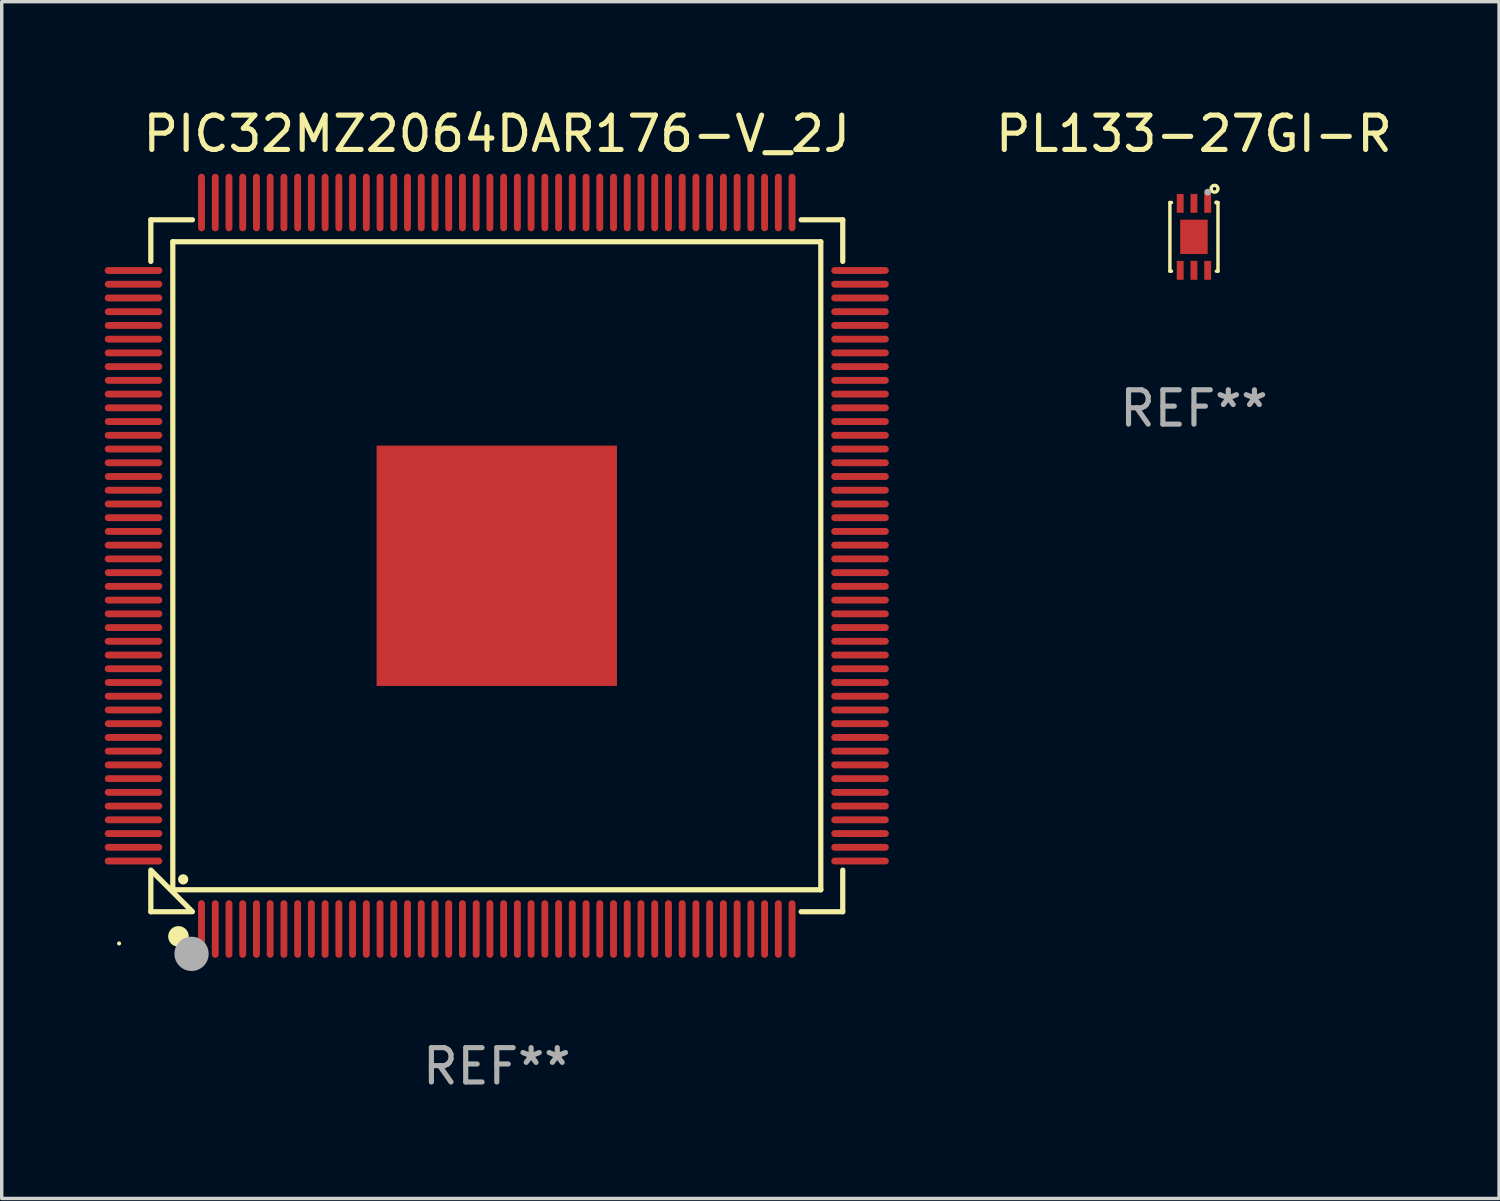
<source format=kicad_pcb>
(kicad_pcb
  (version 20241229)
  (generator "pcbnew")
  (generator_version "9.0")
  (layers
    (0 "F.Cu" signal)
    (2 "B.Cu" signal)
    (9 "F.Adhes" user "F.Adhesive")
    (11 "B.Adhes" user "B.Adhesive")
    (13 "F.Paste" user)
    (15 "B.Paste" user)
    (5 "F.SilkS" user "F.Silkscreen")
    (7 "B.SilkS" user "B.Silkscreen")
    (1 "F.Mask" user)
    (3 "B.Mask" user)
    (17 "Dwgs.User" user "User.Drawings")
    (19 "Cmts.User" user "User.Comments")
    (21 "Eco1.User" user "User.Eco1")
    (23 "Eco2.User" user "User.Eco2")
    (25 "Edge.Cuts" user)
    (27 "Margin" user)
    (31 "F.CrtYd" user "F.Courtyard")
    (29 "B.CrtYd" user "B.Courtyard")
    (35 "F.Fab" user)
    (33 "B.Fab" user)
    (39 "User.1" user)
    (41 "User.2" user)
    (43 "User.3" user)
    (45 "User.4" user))
  (footprint "PL133-27GI-R"
    (layer "F.Cu")
    (at 31.724 3.848)
    (property "Reference" "PL133-27GI-R" (at 0 -3 0) (layer "F.SilkS") (effects (font (size 1 1) (thickness 0.15))))
    (attr through_hole)
    (fp_line (start -0.7 -1) (end -0.7 1) (stroke (width 0.1) (type solid)) (layer "F.SilkS"))
    (fp_line (start -0.7 1) (end -0.654 1) (stroke (width 0.1) (type solid)) (layer "F.SilkS"))
    (fp_line (start -0.654 -1) (end -0.7 -1) (stroke (width 0.1) (type solid)) (layer "F.SilkS"))
    (fp_line (start 0.654 1) (end 0.7 1) (stroke (width 0.1) (type solid)) (layer "F.SilkS"))
    (fp_line (start 0.7 -1) (end 0.654 -1) (stroke (width 0.1) (type solid)) (layer "F.SilkS"))
    (fp_line (start 0.7 1) (end 0.7 -1) (stroke (width 0.1) (type solid)) (layer "F.SilkS"))
    (fp_circle (center 0.6 -1.4) (end 0.7 -1.4) (stroke (width 0.1) (type solid)) (fill no) (layer "F.SilkS"))
    (fp_circle (center 0.65 -1) (end 0.68 -1) (stroke (width 0.06) (type solid)) (fill no) (layer "F.SilkS"))
    (fp_circle (center 0.4 -1.3) (end 0.45 -1.3) (stroke (width 0.1) (type solid)) (fill no) (layer "F.Fab"))
    (fp_text user "REF**" (at 0 5 0) (layer "F.Fab") (effects (font (size 1 1) (thickness 0.15))))
    (pad "1" smd rect (at 0.4 -0.975) (size 0.2 0.55) (layers "F.Cu" "F.Mask" "F.Paste"))
    (pad "2" smd rect (at -0.000025 -0.975) (size 0.2 0.55) (layers "F.Cu" "F.Mask" "F.Paste"))
    (pad "3" smd rect (at -0.4 -0.975) (size 0.2 0.55) (layers "F.Cu" "F.Mask" "F.Paste"))
    (pad "4" smd rect (at -0.4 0.975) (size 0.2 0.55) (layers "F.Cu" "F.Mask" "F.Paste"))
    (pad "5" smd rect (at -0.000025 0.975) (size 0.2 0.55) (layers "F.Cu" "F.Mask" "F.Paste"))
    (pad "6" smd rect (at 0.4 0.975) (size 0.2 0.55) (layers "F.Cu" "F.Mask" "F.Paste"))
    (pad "7" smd rect (at 0 0) (size 0.8 1) (layers "F.Cu" "F.Mask" "F.Paste")))
  (footprint "PIC32MZ2064DAR176-V_2J"
    (layer "F.Cu")
    (at 11.419 13.428)
    (property "Reference" "PIC32MZ2064DAR176-V_2J" (at 0 -12.58 0) (layer "F.SilkS") (effects (font (size 1 1) (thickness 0.15))))
    (attr through_hole)
    (fp_line (start -10.076 -10.076) (end -10.076 -8.864) (stroke (width 0.152) (type solid)) (layer "F.SilkS"))
    (fp_line (start -10.076 10.076) (end -10.076 8.864) (stroke (width 0.152) (type solid)) (layer "F.SilkS"))
    (fp_line (start -9.436 -9.437) (end 9.437 -9.437) (stroke (width 0.152) (type solid)) (layer "F.SilkS"))
    (fp_line (start -9.436 9.437) (end -9.436 -9.437) (stroke (width 0.152) (type solid)) (layer "F.SilkS"))
    (fp_line (start -8.891 10.049) (end -10.049 8.891) (stroke (width 0.152) (type solid)) (layer "F.SilkS"))
    (fp_line (start -8.864 -10.076) (end -10.076 -10.076) (stroke (width 0.152) (type solid)) (layer "F.SilkS"))
    (fp_line (start -8.864 10.076) (end -10.076 10.076) (stroke (width 0.152) (type solid)) (layer "F.SilkS"))
    (fp_line (start 8.864 -10.076) (end 10.076 -10.076) (stroke (width 0.152) (type solid)) (layer "F.SilkS"))
    (fp_line (start 8.864 10.076) (end 10.076 10.076) (stroke (width 0.152) (type solid)) (layer "F.SilkS"))
    (fp_line (start 9.437 -9.437) (end 9.437 9.437) (stroke (width 0.152) (type solid)) (layer "F.SilkS"))
    (fp_line (start 9.437 9.437) (end -9.436 9.437) (stroke (width 0.152) (type solid)) (layer "F.SilkS"))
    (fp_line (start 10.076 -10.076) (end 10.076 -8.864) (stroke (width 0.152) (type solid)) (layer "F.SilkS"))
    (fp_line (start 10.076 10.076) (end 10.076 8.864) (stroke (width 0.152) (type solid)) (layer "F.SilkS"))
    (fp_circle (center -11 11) (end -10.97 11) (stroke (width 0.06) (type solid)) (fill no) (layer "F.SilkS"))
    (fp_circle (center -9.271 10.795) (end -9.121 10.795) (stroke (width 0.3) (type solid)) (fill no) (layer "F.SilkS"))
    (fp_circle (center -9.134 9.134) (end -9.059 9.134) (stroke (width 0.15) (type solid)) (fill no) (layer "F.SilkS"))
    (fp_circle (center -8.89 11.303) (end -8.64 11.303) (stroke (width 0.5) (type solid)) (fill no) (layer "F.Fab"))
    (fp_text user "REF**" (at 0 14.58 0) (layer "F.Fab") (effects (font (size 1 1) (thickness 0.15))))
    (pad "1" smd oval (at -8.6 10.58 90) (size 1.677 0.2) (layers "F.Cu" "F.Mask" "F.Paste"))
    (pad "2" smd oval (at -8.2 10.58 90) (size 1.677 0.2) (layers "F.Cu" "F.Mask" "F.Paste"))
    (pad "3" smd oval (at -7.8 10.58 90) (size 1.677 0.2) (layers "F.Cu" "F.Mask" "F.Paste"))
    (pad "4" smd oval (at -7.4 10.58 90) (size 1.677 0.2) (layers "F.Cu" "F.Mask" "F.Paste"))
    (pad "5" smd oval (at -7 10.58 90) (size 1.677 0.2) (layers "F.Cu" "F.Mask" "F.Paste"))
    (pad "6" smd oval (at -6.6 10.58 90) (size 1.677 0.2) (layers "F.Cu" "F.Mask" "F.Paste"))
    (pad "7" smd oval (at -6.2 10.58 90) (size 1.677 0.2) (layers "F.Cu" "F.Mask" "F.Paste"))
    (pad "8" smd oval (at -5.8 10.58 90) (size 1.677 0.2) (layers "F.Cu" "F.Mask" "F.Paste"))
    (pad "9" smd oval (at -5.4 10.58 90) (size 1.677 0.2) (layers "F.Cu" "F.Mask" "F.Paste"))
    (pad "10" smd oval (at -5 10.58 90) (size 1.677 0.2) (layers "F.Cu" "F.Mask" "F.Paste"))
    (pad "11" smd oval (at -4.6 10.58 90) (size 1.677 0.2) (layers "F.Cu" "F.Mask" "F.Paste"))
    (pad "12" smd oval (at -4.2 10.58 90) (size 1.677 0.2) (layers "F.Cu" "F.Mask" "F.Paste"))
    (pad "13" smd oval (at -3.8 10.58 90) (size 1.677 0.2) (layers "F.Cu" "F.Mask" "F.Paste"))
    (pad "14" smd oval (at -3.4 10.58 90) (size 1.677 0.2) (layers "F.Cu" "F.Mask" "F.Paste"))
    (pad "15" smd oval (at -3 10.58 90) (size 1.677 0.2) (layers "F.Cu" "F.Mask" "F.Paste"))
    (pad "16" smd oval (at -2.6 10.58 90) (size 1.677 0.2) (layers "F.Cu" "F.Mask" "F.Paste"))
    (pad "17" smd oval (at -2.2 10.58 90) (size 1.677 0.2) (layers "F.Cu" "F.Mask" "F.Paste"))
    (pad "18" smd oval (at -1.8 10.58 90) (size 1.677 0.2) (layers "F.Cu" "F.Mask" "F.Paste"))
    (pad "19" smd oval (at -1.4 10.58 90) (size 1.677 0.2) (layers "F.Cu" "F.Mask" "F.Paste"))
    (pad "20" smd oval (at -1 10.58 90) (size 1.677 0.2) (layers "F.Cu" "F.Mask" "F.Paste"))
    (pad "21" smd oval (at -0.6 10.58 90) (size 1.677 0.2) (layers "F.Cu" "F.Mask" "F.Paste"))
    (pad "22" smd oval (at -0.2 10.58 90) (size 1.677 0.2) (layers "F.Cu" "F.Mask" "F.Paste"))
    (pad "23" smd oval (at 0.2 10.58 90) (size 1.677 0.2) (layers "F.Cu" "F.Mask" "F.Paste"))
    (pad "24" smd oval (at 0.6 10.58 90) (size 1.677 0.2) (layers "F.Cu" "F.Mask" "F.Paste"))
    (pad "25" smd oval (at 1 10.58 90) (size 1.677 0.2) (layers "F.Cu" "F.Mask" "F.Paste"))
    (pad "26" smd oval (at 1.4 10.58 90) (size 1.677 0.2) (layers "F.Cu" "F.Mask" "F.Paste"))
    (pad "27" smd oval (at 1.8 10.58 90) (size 1.677 0.2) (layers "F.Cu" "F.Mask" "F.Paste"))
    (pad "28" smd oval (at 2.2 10.58 90) (size 1.677 0.2) (layers "F.Cu" "F.Mask" "F.Paste"))
    (pad "29" smd oval (at 2.6 10.58 90) (size 1.677 0.2) (layers "F.Cu" "F.Mask" "F.Paste"))
    (pad "30" smd oval (at 3 10.58 90) (size 1.677 0.2) (layers "F.Cu" "F.Mask" "F.Paste"))
    (pad "31" smd oval (at 3.4 10.58 90) (size 1.677 0.2) (layers "F.Cu" "F.Mask" "F.Paste"))
    (pad "32" smd oval (at 3.8 10.58 90) (size 1.677 0.2) (layers "F.Cu" "F.Mask" "F.Paste"))
    (pad "33" smd oval (at 4.2 10.58 90) (size 1.677 0.2) (layers "F.Cu" "F.Mask" "F.Paste"))
    (pad "34" smd oval (at 4.6 10.58 90) (size 1.677 0.2) (layers "F.Cu" "F.Mask" "F.Paste"))
    (pad "35" smd oval (at 5 10.58 90) (size 1.677 0.2) (layers "F.Cu" "F.Mask" "F.Paste"))
    (pad "36" smd oval (at 5.4 10.58 90) (size 1.677 0.2) (layers "F.Cu" "F.Mask" "F.Paste"))
    (pad "37" smd oval (at 5.8 10.58 90) (size 1.677 0.2) (layers "F.Cu" "F.Mask" "F.Paste"))
    (pad "38" smd oval (at 6.2 10.58 90) (size 1.677 0.2) (layers "F.Cu" "F.Mask" "F.Paste"))
    (pad "39" smd oval (at 6.6 10.58 90) (size 1.677 0.2) (layers "F.Cu" "F.Mask" "F.Paste"))
    (pad "40" smd oval (at 7 10.58 90) (size 1.677 0.2) (layers "F.Cu" "F.Mask" "F.Paste"))
    (pad "41" smd oval (at 7.4 10.58 90) (size 1.677 0.2) (layers "F.Cu" "F.Mask" "F.Paste"))
    (pad "42" smd oval (at 7.8 10.58 90) (size 1.677 0.2) (layers "F.Cu" "F.Mask" "F.Paste"))
    (pad "43" smd oval (at 8.2 10.58 90) (size 1.677 0.2) (layers "F.Cu" "F.Mask" "F.Paste"))
    (pad "44" smd oval (at 8.6 10.58 90) (size 1.677 0.2) (layers "F.Cu" "F.Mask" "F.Paste"))
    (pad "45" smd oval (at 10.58 8.6 90) (size 0.2 1.677) (layers "F.Cu" "F.Mask" "F.Paste"))
    (pad "46" smd oval (at 10.58 8.2 90) (size 0.2 1.677) (layers "F.Cu" "F.Mask" "F.Paste"))
    (pad "47" smd oval (at 10.58 7.8 90) (size 0.2 1.677) (layers "F.Cu" "F.Mask" "F.Paste"))
    (pad "48" smd oval (at 10.58 7.4 90) (size 0.2 1.677) (layers "F.Cu" "F.Mask" "F.Paste"))
    (pad "49" smd oval (at 10.58 7 90) (size 0.2 1.677) (layers "F.Cu" "F.Mask" "F.Paste"))
    (pad "50" smd oval (at 10.58 6.6 90) (size 0.2 1.677) (layers "F.Cu" "F.Mask" "F.Paste"))
    (pad "51" smd oval (at 10.58 6.2 90) (size 0.2 1.677) (layers "F.Cu" "F.Mask" "F.Paste"))
    (pad "52" smd oval (at 10.58 5.8 90) (size 0.2 1.677) (layers "F.Cu" "F.Mask" "F.Paste"))
    (pad "53" smd oval (at 10.58 5.4 90) (size 0.2 1.677) (layers "F.Cu" "F.Mask" "F.Paste"))
    (pad "54" smd oval (at 10.58 5 90) (size 0.2 1.677) (layers "F.Cu" "F.Mask" "F.Paste"))
    (pad "55" smd oval (at 10.58 4.6 90) (size 0.2 1.677) (layers "F.Cu" "F.Mask" "F.Paste"))
    (pad "56" smd oval (at 10.58 4.2 90) (size 0.2 1.677) (layers "F.Cu" "F.Mask" "F.Paste"))
    (pad "57" smd oval (at 10.58 3.8 90) (size 0.2 1.677) (layers "F.Cu" "F.Mask" "F.Paste"))
    (pad "58" smd oval (at 10.58 3.4 90) (size 0.2 1.677) (layers "F.Cu" "F.Mask" "F.Paste"))
    (pad "59" smd oval (at 10.58 3 90) (size 0.2 1.677) (layers "F.Cu" "F.Mask" "F.Paste"))
    (pad "60" smd oval (at 10.58 2.6 90) (size 0.2 1.677) (layers "F.Cu" "F.Mask" "F.Paste"))
    (pad "61" smd oval (at 10.58 2.2 90) (size 0.2 1.677) (layers "F.Cu" "F.Mask" "F.Paste"))
    (pad "62" smd oval (at 10.58 1.8 90) (size 0.2 1.677) (layers "F.Cu" "F.Mask" "F.Paste"))
    (pad "63" smd oval (at 10.58 1.4 90) (size 0.2 1.677) (layers "F.Cu" "F.Mask" "F.Paste"))
    (pad "64" smd oval (at 10.58 1 90) (size 0.2 1.677) (layers "F.Cu" "F.Mask" "F.Paste"))
    (pad "65" smd oval (at 10.58 0.6 90) (size 0.2 1.677) (layers "F.Cu" "F.Mask" "F.Paste"))
    (pad "66" smd oval (at 10.58 0.2 90) (size 0.2 1.677) (layers "F.Cu" "F.Mask" "F.Paste"))
    (pad "67" smd oval (at 10.58 -0.2 90) (size 0.2 1.677) (layers "F.Cu" "F.Mask" "F.Paste"))
    (pad "68" smd oval (at 10.58 -0.6 90) (size 0.2 1.677) (layers "F.Cu" "F.Mask" "F.Paste"))
    (pad "69" smd oval (at 10.58 -1 90) (size 0.2 1.677) (layers "F.Cu" "F.Mask" "F.Paste"))
    (pad "70" smd oval (at 10.58 -1.4 90) (size 0.2 1.677) (layers "F.Cu" "F.Mask" "F.Paste"))
    (pad "71" smd oval (at 10.58 -1.8 90) (size 0.2 1.677) (layers "F.Cu" "F.Mask" "F.Paste"))
    (pad "72" smd oval (at 10.58 -2.2 90) (size 0.2 1.677) (layers "F.Cu" "F.Mask" "F.Paste"))
    (pad "73" smd oval (at 10.58 -2.6 90) (size 0.2 1.677) (layers "F.Cu" "F.Mask" "F.Paste"))
    (pad "74" smd oval (at 10.58 -3 90) (size 0.2 1.677) (layers "F.Cu" "F.Mask" "F.Paste"))
    (pad "75" smd oval (at 10.58 -3.4 90) (size 0.2 1.677) (layers "F.Cu" "F.Mask" "F.Paste"))
    (pad "76" smd oval (at 10.58 -3.8 90) (size 0.2 1.677) (layers "F.Cu" "F.Mask" "F.Paste"))
    (pad "77" smd oval (at 10.58 -4.2 90) (size 0.2 1.677) (layers "F.Cu" "F.Mask" "F.Paste"))
    (pad "78" smd oval (at 10.58 -4.6 90) (size 0.2 1.677) (layers "F.Cu" "F.Mask" "F.Paste"))
    (pad "79" smd oval (at 10.58 -5 90) (size 0.2 1.677) (layers "F.Cu" "F.Mask" "F.Paste"))
    (pad "80" smd oval (at 10.58 -5.4 90) (size 0.2 1.677) (layers "F.Cu" "F.Mask" "F.Paste"))
    (pad "81" smd oval (at 10.58 -5.8 90) (size 0.2 1.677) (layers "F.Cu" "F.Mask" "F.Paste"))
    (pad "82" smd oval (at 10.58 -6.2 90) (size 0.2 1.677) (layers "F.Cu" "F.Mask" "F.Paste"))
    (pad "83" smd oval (at 10.58 -6.6 90) (size 0.2 1.677) (layers "F.Cu" "F.Mask" "F.Paste"))
    (pad "84" smd oval (at 10.58 -7 90) (size 0.2 1.677) (layers "F.Cu" "F.Mask" "F.Paste"))
    (pad "85" smd oval (at 10.58 -7.4 90) (size 0.2 1.677) (layers "F.Cu" "F.Mask" "F.Paste"))
    (pad "86" smd oval (at 10.58 -7.8 90) (size 0.2 1.677) (layers "F.Cu" "F.Mask" "F.Paste"))
    (pad "87" smd oval (at 10.58 -8.2 90) (size 0.2 1.677) (layers "F.Cu" "F.Mask" "F.Paste"))
    (pad "88" smd oval (at 10.58 -8.6 90) (size 0.2 1.677) (layers "F.Cu" "F.Mask" "F.Paste"))
    (pad "89" smd oval (at 8.6 -10.58 90) (size 1.677 0.2) (layers "F.Cu" "F.Mask" "F.Paste"))
    (pad "90" smd oval (at 8.2 -10.58 90) (size 1.677 0.2) (layers "F.Cu" "F.Mask" "F.Paste"))
    (pad "91" smd oval (at 7.8 -10.58 90) (size 1.677 0.2) (layers "F.Cu" "F.Mask" "F.Paste"))
    (pad "92" smd oval (at 7.4 -10.58 90) (size 1.677 0.2) (layers "F.Cu" "F.Mask" "F.Paste"))
    (pad "93" smd oval (at 7 -10.58 90) (size 1.677 0.2) (layers "F.Cu" "F.Mask" "F.Paste"))
    (pad "94" smd oval (at 6.6 -10.58 90) (size 1.677 0.2) (layers "F.Cu" "F.Mask" "F.Paste"))
    (pad "95" smd oval (at 6.2 -10.58 90) (size 1.677 0.2) (layers "F.Cu" "F.Mask" "F.Paste"))
    (pad "96" smd oval (at 5.8 -10.58 90) (size 1.677 0.2) (layers "F.Cu" "F.Mask" "F.Paste"))
    (pad "97" smd oval (at 5.4 -10.58 90) (size 1.677 0.2) (layers "F.Cu" "F.Mask" "F.Paste"))
    (pad "98" smd oval (at 5 -10.58 90) (size 1.677 0.2) (layers "F.Cu" "F.Mask" "F.Paste"))
    (pad "99" smd oval (at 4.6 -10.58 90) (size 1.677 0.2) (layers "F.Cu" "F.Mask" "F.Paste"))
    (pad "100" smd oval (at 4.2 -10.58 90) (size 1.677 0.2) (layers "F.Cu" "F.Mask" "F.Paste"))
    (pad "101" smd oval (at 3.8 -10.58 90) (size 1.677 0.2) (layers "F.Cu" "F.Mask" "F.Paste"))
    (pad "102" smd oval (at 3.4 -10.58 90) (size 1.677 0.2) (layers "F.Cu" "F.Mask" "F.Paste"))
    (pad "103" smd oval (at 3 -10.58 90) (size 1.677 0.2) (layers "F.Cu" "F.Mask" "F.Paste"))
    (pad "104" smd oval (at 2.6 -10.58 90) (size 1.677 0.2) (layers "F.Cu" "F.Mask" "F.Paste"))
    (pad "105" smd oval (at 2.2 -10.58 90) (size 1.677 0.2) (layers "F.Cu" "F.Mask" "F.Paste"))
    (pad "106" smd oval (at 1.8 -10.58 90) (size 1.677 0.2) (layers "F.Cu" "F.Mask" "F.Paste"))
    (pad "107" smd oval (at 1.4 -10.58 90) (size 1.677 0.2) (layers "F.Cu" "F.Mask" "F.Paste"))
    (pad "108" smd oval (at 1 -10.58 90) (size 1.677 0.2) (layers "F.Cu" "F.Mask" "F.Paste"))
    (pad "109" smd oval (at 0.6 -10.58 90) (size 1.677 0.2) (layers "F.Cu" "F.Mask" "F.Paste"))
    (pad "110" smd oval (at 0.2 -10.58 90) (size 1.677 0.2) (layers "F.Cu" "F.Mask" "F.Paste"))
    (pad "111" smd oval (at -0.2 -10.58 90) (size 1.677 0.2) (layers "F.Cu" "F.Mask" "F.Paste"))
    (pad "112" smd oval (at -0.6 -10.58 90) (size 1.677 0.2) (layers "F.Cu" "F.Mask" "F.Paste"))
    (pad "113" smd oval (at -1 -10.58 90) (size 1.677 0.2) (layers "F.Cu" "F.Mask" "F.Paste"))
    (pad "114" smd oval (at -1.4 -10.58 90) (size 1.677 0.2) (layers "F.Cu" "F.Mask" "F.Paste"))
    (pad "115" smd oval (at -1.8 -10.58 90) (size 1.677 0.2) (layers "F.Cu" "F.Mask" "F.Paste"))
    (pad "116" smd oval (at -2.2 -10.58 90) (size 1.677 0.2) (layers "F.Cu" "F.Mask" "F.Paste"))
    (pad "117" smd oval (at -2.6 -10.58 90) (size 1.677 0.2) (layers "F.Cu" "F.Mask" "F.Paste"))
    (pad "118" smd oval (at -3 -10.58 90) (size 1.677 0.2) (layers "F.Cu" "F.Mask" "F.Paste"))
    (pad "119" smd oval (at -3.4 -10.58 90) (size 1.677 0.2) (layers "F.Cu" "F.Mask" "F.Paste"))
    (pad "120" smd oval (at -3.8 -10.58 90) (size 1.677 0.2) (layers "F.Cu" "F.Mask" "F.Paste"))
    (pad "121" smd oval (at -4.2 -10.58 90) (size 1.677 0.2) (layers "F.Cu" "F.Mask" "F.Paste"))
    (pad "122" smd oval (at -4.6 -10.58 90) (size 1.677 0.2) (layers "F.Cu" "F.Mask" "F.Paste"))
    (pad "123" smd oval (at -5 -10.58 90) (size 1.677 0.2) (layers "F.Cu" "F.Mask" "F.Paste"))
    (pad "124" smd oval (at -5.4 -10.58 90) (size 1.677 0.2) (layers "F.Cu" "F.Mask" "F.Paste"))
    (pad "125" smd oval (at -5.8 -10.58 90) (size 1.677 0.2) (layers "F.Cu" "F.Mask" "F.Paste"))
    (pad "126" smd oval (at -6.2 -10.58 90) (size 1.677 0.2) (layers "F.Cu" "F.Mask" "F.Paste"))
    (pad "127" smd oval (at -6.6 -10.58 90) (size 1.677 0.2) (layers "F.Cu" "F.Mask" "F.Paste"))
    (pad "128" smd oval (at -7 -10.58 90) (size 1.677 0.2) (layers "F.Cu" "F.Mask" "F.Paste"))
    (pad "129" smd oval (at -7.4 -10.58 90) (size 1.677 0.2) (layers "F.Cu" "F.Mask" "F.Paste"))
    (pad "130" smd oval (at -7.8 -10.58 90) (size 1.677 0.2) (layers "F.Cu" "F.Mask" "F.Paste"))
    (pad "131" smd oval (at -8.2 -10.58 90) (size 1.677 0.2) (layers "F.Cu" "F.Mask" "F.Paste"))
    (pad "132" smd oval (at -8.6 -10.58 90) (size 1.677 0.2) (layers "F.Cu" "F.Mask" "F.Paste"))
    (pad "133" smd oval (at -10.58 -8.6 90) (size 0.2 1.677) (layers "F.Cu" "F.Mask" "F.Paste"))
    (pad "134" smd oval (at -10.58 -8.2 90) (size 0.2 1.677) (layers "F.Cu" "F.Mask" "F.Paste"))
    (pad "135" smd oval (at -10.58 -7.8 90) (size 0.2 1.677) (layers "F.Cu" "F.Mask" "F.Paste"))
    (pad "136" smd oval (at -10.58 -7.4 90) (size 0.2 1.677) (layers "F.Cu" "F.Mask" "F.Paste"))
    (pad "137" smd oval (at -10.58 -7 90) (size 0.2 1.677) (layers "F.Cu" "F.Mask" "F.Paste"))
    (pad "138" smd oval (at -10.58 -6.6 90) (size 0.2 1.677) (layers "F.Cu" "F.Mask" "F.Paste"))
    (pad "139" smd oval (at -10.58 -6.2 90) (size 0.2 1.677) (layers "F.Cu" "F.Mask" "F.Paste"))
    (pad "140" smd oval (at -10.58 -5.8 90) (size 0.2 1.677) (layers "F.Cu" "F.Mask" "F.Paste"))
    (pad "141" smd oval (at -10.58 -5.4 90) (size 0.2 1.677) (layers "F.Cu" "F.Mask" "F.Paste"))
    (pad "142" smd oval (at -10.58 -5 90) (size 0.2 1.677) (layers "F.Cu" "F.Mask" "F.Paste"))
    (pad "143" smd oval (at -10.58 -4.6 90) (size 0.2 1.677) (layers "F.Cu" "F.Mask" "F.Paste"))
    (pad "144" smd oval (at -10.58 -4.2 90) (size 0.2 1.677) (layers "F.Cu" "F.Mask" "F.Paste"))
    (pad "145" smd oval (at -10.58 -3.8 90) (size 0.2 1.677) (layers "F.Cu" "F.Mask" "F.Paste"))
    (pad "146" smd oval (at -10.58 -3.4 90) (size 0.2 1.677) (layers "F.Cu" "F.Mask" "F.Paste"))
    (pad "147" smd oval (at -10.58 -3 90) (size 0.2 1.677) (layers "F.Cu" "F.Mask" "F.Paste"))
    (pad "148" smd oval (at -10.58 -2.6 90) (size 0.2 1.677) (layers "F.Cu" "F.Mask" "F.Paste"))
    (pad "149" smd oval (at -10.58 -2.2 90) (size 0.2 1.677) (layers "F.Cu" "F.Mask" "F.Paste"))
    (pad "150" smd oval (at -10.58 -1.8 90) (size 0.2 1.677) (layers "F.Cu" "F.Mask" "F.Paste"))
    (pad "151" smd oval (at -10.58 -1.4 90) (size 0.2 1.677) (layers "F.Cu" "F.Mask" "F.Paste"))
    (pad "152" smd oval (at -10.58 -1 90) (size 0.2 1.677) (layers "F.Cu" "F.Mask" "F.Paste"))
    (pad "153" smd oval (at -10.58 -0.6 90) (size 0.2 1.677) (layers "F.Cu" "F.Mask" "F.Paste"))
    (pad "154" smd oval (at -10.58 -0.2 90) (size 0.2 1.677) (layers "F.Cu" "F.Mask" "F.Paste"))
    (pad "155" smd oval (at -10.58 0.2 90) (size 0.2 1.677) (layers "F.Cu" "F.Mask" "F.Paste"))
    (pad "156" smd oval (at -10.58 0.6 90) (size 0.2 1.677) (layers "F.Cu" "F.Mask" "F.Paste"))
    (pad "157" smd oval (at -10.58 1 90) (size 0.2 1.677) (layers "F.Cu" "F.Mask" "F.Paste"))
    (pad "158" smd oval (at -10.58 1.4 90) (size 0.2 1.677) (layers "F.Cu" "F.Mask" "F.Paste"))
    (pad "159" smd oval (at -10.58 1.8 90) (size 0.2 1.677) (layers "F.Cu" "F.Mask" "F.Paste"))
    (pad "160" smd oval (at -10.58 2.2 90) (size 0.2 1.677) (layers "F.Cu" "F.Mask" "F.Paste"))
    (pad "161" smd oval (at -10.58 2.6 90) (size 0.2 1.677) (layers "F.Cu" "F.Mask" "F.Paste"))
    (pad "162" smd oval (at -10.58 3 90) (size 0.2 1.677) (layers "F.Cu" "F.Mask" "F.Paste"))
    (pad "163" smd oval (at -10.58 3.4 90) (size 0.2 1.677) (layers "F.Cu" "F.Mask" "F.Paste"))
    (pad "164" smd oval (at -10.58 3.8 90) (size 0.2 1.677) (layers "F.Cu" "F.Mask" "F.Paste"))
    (pad "165" smd oval (at -10.58 4.2 90) (size 0.2 1.677) (layers "F.Cu" "F.Mask" "F.Paste"))
    (pad "166" smd oval (at -10.58 4.6 90) (size 0.2 1.677) (layers "F.Cu" "F.Mask" "F.Paste"))
    (pad "167" smd oval (at -10.58 5 90) (size 0.2 1.677) (layers "F.Cu" "F.Mask" "F.Paste"))
    (pad "168" smd oval (at -10.58 5.4 90) (size 0.2 1.677) (layers "F.Cu" "F.Mask" "F.Paste"))
    (pad "169" smd oval (at -10.58 5.8 90) (size 0.2 1.677) (layers "F.Cu" "F.Mask" "F.Paste"))
    (pad "170" smd oval (at -10.58 6.2 90) (size 0.2 1.677) (layers "F.Cu" "F.Mask" "F.Paste"))
    (pad "171" smd oval (at -10.58 6.6 90) (size 0.2 1.677) (layers "F.Cu" "F.Mask" "F.Paste"))
    (pad "172" smd oval (at -10.58 7 90) (size 0.2 1.677) (layers "F.Cu" "F.Mask" "F.Paste"))
    (pad "173" smd oval (at -10.58 7.4 90) (size 0.2 1.677) (layers "F.Cu" "F.Mask" "F.Paste"))
    (pad "174" smd oval (at -10.58 7.8 90) (size 0.2 1.677) (layers "F.Cu" "F.Mask" "F.Paste"))
    (pad "175" smd oval (at -10.58 8.2 90) (size 0.2 1.677) (layers "F.Cu" "F.Mask" "F.Paste"))
    (pad "176" smd oval (at -10.58 8.6 90) (size 0.2 1.677) (layers "F.Cu" "F.Mask" "F.Paste"))
    (pad "177" smd rect (at 0 0 90) (size 7 7) (layers "F.Cu" "F.Mask" "F.Paste")))
  (gr_rect
    (start -3 -3)
    (end 40.611 31.856)
    (stroke (width 0.1) (type default))
    (fill no)
    (layer "Edge.Cuts")))
</source>
